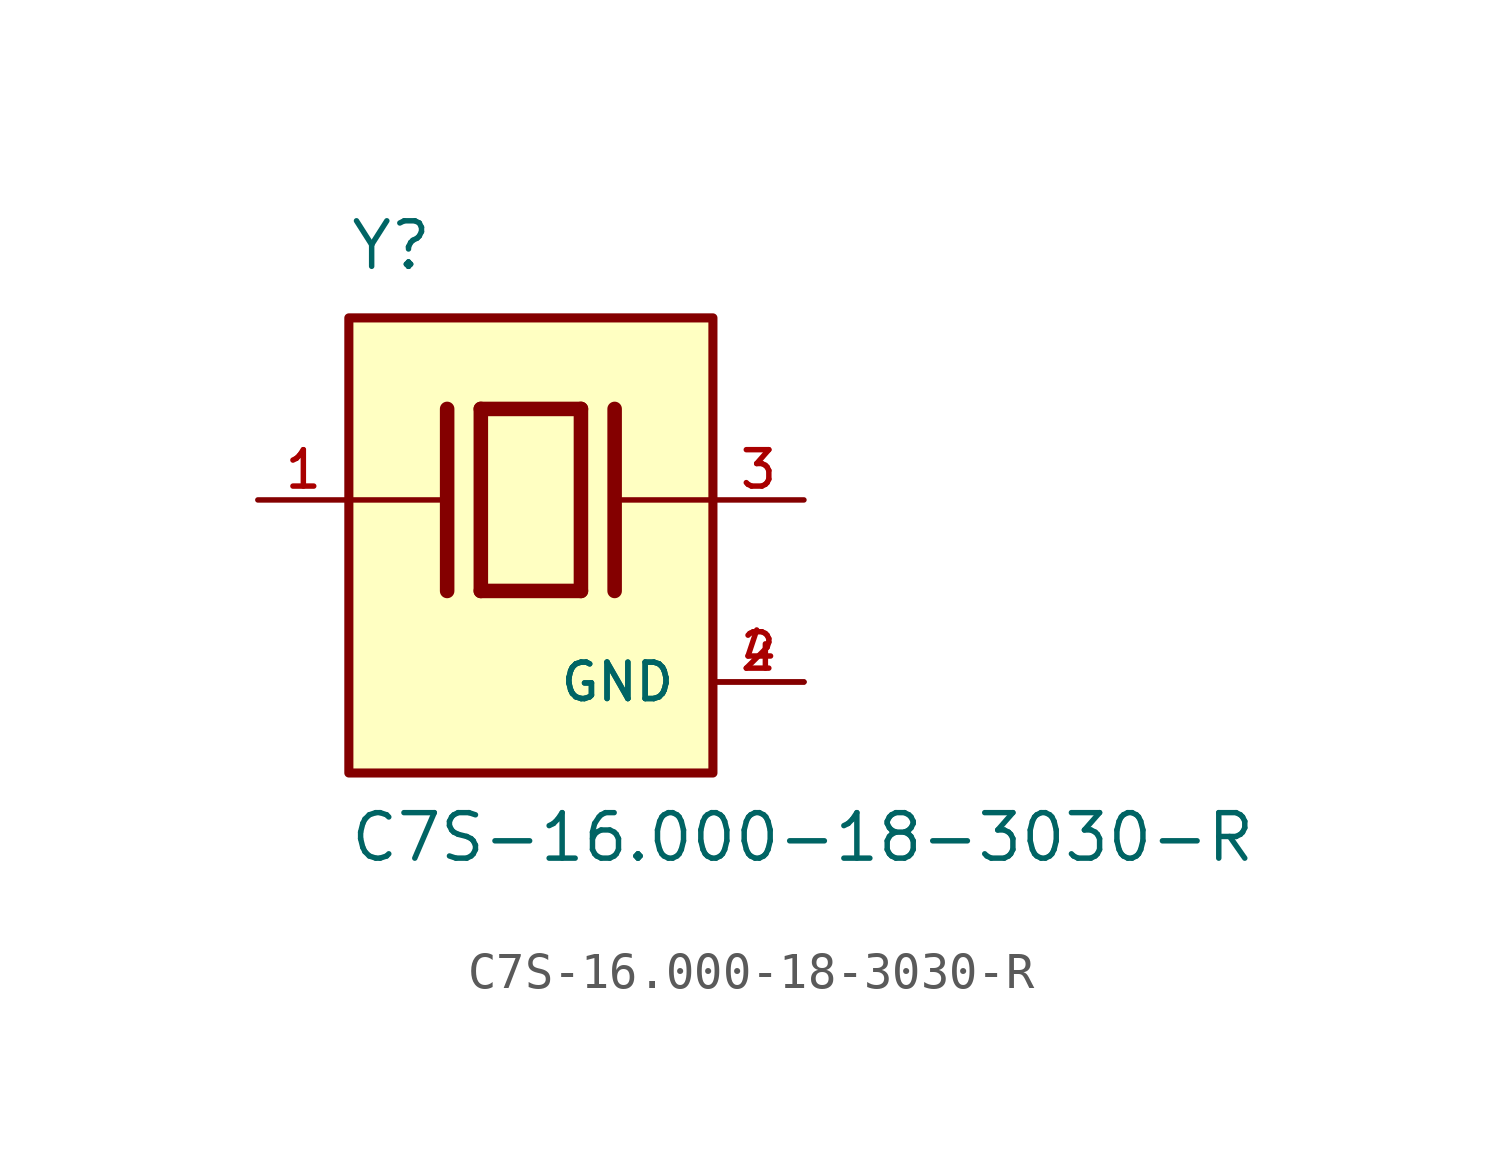
<source format=kicad_sym>
(kicad_symbol_lib
  (version 20211014)
  (generator kicad_symbol_editor)
  (symbol "C7S-16.000-18-3030-R"
    (pin_names
      (offset 1.016))
    (property "Reference" "Y"
      (at -5.088 6.356 0)
      (effects (font (size 1.27 1.27)) (justify bottom left)))
    (property "Value" "C7S-16.000-18-3030-R"
      (at -5.094 -10.16 0)
      (effects (font (size 1.27 1.27)) (justify bottom left)))
    (symbol "C7S-16.000-18-3030-R_0_0"
      (polyline (pts (xy -1.397 2.54) (xy 1.397 2.54)) (stroke (width 0.406)))
      (polyline (pts (xy 1.397 2.54) (xy 1.397 -2.54)) (stroke (width 0.406)))
      (polyline (pts (xy 1.397 -2.54) (xy -1.397 -2.54)) (stroke (width 0.406)))
      (polyline (pts (xy -1.397 2.54) (xy -1.397 -2.54)) (stroke (width 0.406)))
      (polyline (pts (xy 2.337 2.54) (xy 2.337 -2.54)) (stroke (width 0.406)))
      (polyline (pts (xy -2.337 2.54) (xy -2.337 -2.54)) (stroke (width 0.406)))
      (polyline (pts (xy -5.08 0.0) (xy -2.54 0.0)) (stroke (width 0.152)))
      (polyline (pts (xy 2.54 0.0) (xy 5.08 0.0)) (stroke (width 0.152)))
      (rectangle (start -5.08 -7.62) (end 5.08 5.08) (stroke (width 0.254)) (fill (type background)))
      (pin passive line (at 7.62 0.0 180.0) (length 2.54) (name "~" (effects (font (size 1.016 1.016)))) (number "3" (effects (font (size 1.016 1.016)))))
      (pin passive line (at -7.62 0.0 0) (length 2.54) (name "~" (effects (font (size 1.016 1.016)))) (number "1" (effects (font (size 1.016 1.016)))))
      (pin power_in line (at 7.62 -5.08 180.0) (length 2.54) (name "GND" (effects (font (size 1.016 1.016)))) (number "2" (effects (font (size 1.016 1.016)))))
      (pin power_in line (at 7.62 -5.08 180.0) (length 2.54) (name "GND" (effects (font (size 1.016 1.016)))) (number "4" (effects (font (size 1.016 1.016))))))))
</source>
